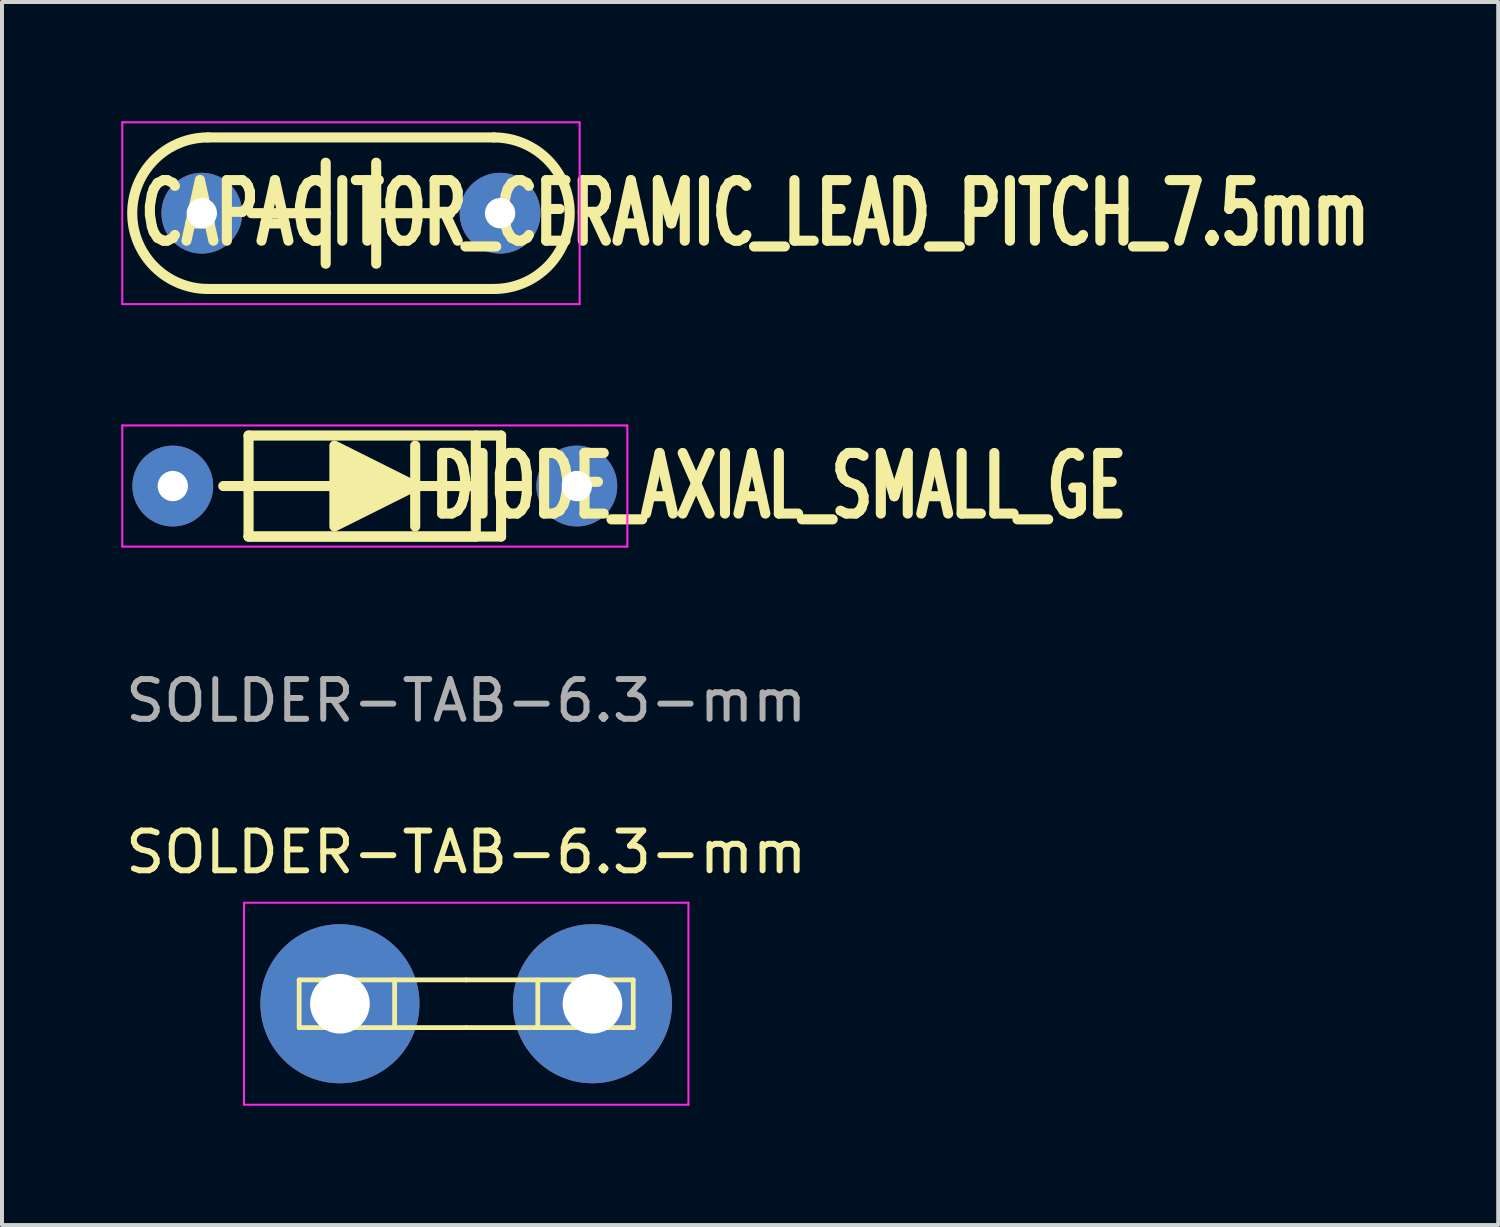
<source format=kicad_pcb>
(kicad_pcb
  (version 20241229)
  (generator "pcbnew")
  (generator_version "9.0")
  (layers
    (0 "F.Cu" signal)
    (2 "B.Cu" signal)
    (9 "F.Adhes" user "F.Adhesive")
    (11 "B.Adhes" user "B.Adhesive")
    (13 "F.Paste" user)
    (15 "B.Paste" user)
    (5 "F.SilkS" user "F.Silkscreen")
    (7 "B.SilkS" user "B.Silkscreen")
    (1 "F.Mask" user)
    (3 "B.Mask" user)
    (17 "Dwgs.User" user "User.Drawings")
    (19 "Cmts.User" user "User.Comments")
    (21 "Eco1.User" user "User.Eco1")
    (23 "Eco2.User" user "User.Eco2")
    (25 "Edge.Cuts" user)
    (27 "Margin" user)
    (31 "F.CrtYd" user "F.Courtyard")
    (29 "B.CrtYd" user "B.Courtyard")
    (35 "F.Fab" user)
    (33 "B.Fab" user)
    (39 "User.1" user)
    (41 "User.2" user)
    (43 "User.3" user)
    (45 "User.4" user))
  (footprint "CAPACITOR_CERAMIC_LEAD_PITCH_7.5mm"
    (layer "F.Cu")
    (at 5.775 2.311)
    (property "Reference" "CAPACITOR_CERAMIC_LEAD_PITCH_7.5mm" (at 10.16 0 0) (layer "F.SilkS") (effects (font (size 1.524 1.016) (thickness 0.254))))
    (attr through_hole)
    (fp_line (start -0.635 -1.27) (end -0.635 1.27) (stroke (width 0.254) (type solid)) (layer "F.SilkS"))
    (fp_line (start -0.635 0) (end -2.5 0) (stroke (width 0.254) (type solid)) (layer "F.SilkS"))
    (fp_line (start 0.635 -1.27) (end 0.635 1.27) (stroke (width 0.254) (type solid)) (layer "F.SilkS"))
    (fp_line (start 0.635 0) (end 2.5 0) (stroke (width 0.254) (type solid)) (layer "F.SilkS"))
    (fp_line (start 3.595 -1.905) (end -3.595 -1.905) (stroke (width 0.254) (type solid)) (layer "F.SilkS"))
    (fp_line (start 3.595 1.905) (end -3.595 1.905) (stroke (width 0.254) (type solid)) (layer "F.SilkS"))
    (fp_arc (start -3.595 1.905) (mid -5.5 0) (end -3.595 -1.905) (stroke (width 0.254) (type solid)) (layer "F.SilkS"))
    (fp_arc (start 3.595 -1.905) (mid 5.5 0) (end 3.595 1.905) (stroke (width 0.254) (type solid)) (layer "F.SilkS"))
    (fp_line (start -5.75 -2.286) (end -5.75 2.286) (stroke (width 0.051) (type solid)) (layer "F.CrtYd"))
    (fp_line (start 5.75 -2.286) (end -5.75 -2.286) (stroke (width 0.051) (type solid)) (layer "F.CrtYd"))
    (fp_line (start 5.75 -2.286) (end 5.75 2.286) (stroke (width 0.051) (type solid)) (layer "F.CrtYd"))
    (fp_line (start 5.75 2.286) (end -5.75 2.286) (stroke (width 0.051) (type solid)) (layer "F.CrtYd"))
    (pad "1" thru_hole circle (at -3.75 0) (size 2.032 2.032) (drill 0.762) (layers "*.Cu" "*.Mask"))
    (pad "2" thru_hole circle (at 3.75 0) (size 2.032 2.032) (drill 0.762) (layers "*.Cu" "*.Mask")))
  (footprint "DIODE_AXIAL_SMALL_GE"
    (layer "F.Cu")
    (at 6.375 9.172)
    (property "Reference" "DIODE_AXIAL_SMALL_GE" (at 10.16 0 0) (layer "F.SilkS") (effects (font (size 1.524 1.016) (thickness 0.254))))
    (attr through_hole)
    (fp_line (start -3.175 -1.27) (end -3.175 1.27) (stroke (width 0.254) (type solid)) (layer "F.SilkS"))
    (fp_line (start -3.175 1.27) (end 3.175 1.27) (stroke (width 0.254) (type solid)) (layer "F.SilkS"))
    (fp_line (start 1.016 1.016) (end 1.016 -1.016) (stroke (width 0.254) (type solid)) (layer "F.SilkS"))
    (fp_line (start 2.54 -1.27) (end 2.54 1.27) (stroke (width 0.254) (type solid)) (layer "F.SilkS"))
    (fp_line (start 2.54 0) (end -3.81 0) (stroke (width 0.254) (type solid)) (layer "F.SilkS"))
    (fp_line (start 2.54 1.27) (end -3.175 1.27) (stroke (width 0.254) (type solid)) (layer "F.SilkS"))
    (fp_line (start 3.175 -1.27) (end -3.175 -1.27) (stroke (width 0.254) (type solid)) (layer "F.SilkS"))
    (fp_line (start 3.175 0) (end 3.81 0) (stroke (width 0.254) (type solid)) (layer "F.SilkS"))
    (fp_line (start 3.175 1.27) (end 3.175 -1.27) (stroke (width 0.254) (type solid)) (layer "F.SilkS"))
    (fp_poly (pts (xy 1.016 0) (xy -1.016 1.016) (xy -1.016 -1.016)) (stroke (width 0.254) (type solid)) (fill yes) (layer "F.SilkS"))
    (fp_line (start -6.35 -1.524) (end 6.35 -1.524) (stroke (width 0.051) (type solid)) (layer "F.CrtYd"))
    (fp_line (start -6.35 1.524) (end -6.35 -1.524) (stroke (width 0.051) (type solid)) (layer "F.CrtYd"))
    (fp_line (start 6.35 -1.524) (end 6.35 1.524) (stroke (width 0.051) (type solid)) (layer "F.CrtYd"))
    (fp_line (start 6.35 1.524) (end -6.35 1.524) (stroke (width 0.051) (type solid)) (layer "F.CrtYd"))
    (pad "1" thru_hole circle (at -5.08 0) (size 2.032 2.032) (drill 0.762) (layers "*.Cu" "*.Mask"))
    (pad "2" thru_hole circle (at 5.08 0) (size 2.032 2.032) (drill 0.762) (layers "*.Cu" "*.Mask")))
  (footprint "SOLDER-TAB-6.3-mm"
    (layer "F.Cu")
    (at 8.673 22.19)
    (property "Reference" "SOLDER-TAB-6.3-mm" (at 0 -3.81 0) (unlocked yes) (layer "F.SilkS") (effects (font (size 1 1) (thickness 0.15))))
    (attr smd)
    (fp_line (start -4.2 -0.6) (end -4.2 0.6) (stroke (width 0.12) (type solid)) (layer "F.SilkS"))
    (fp_line (start -4.2 0.6) (end 0 0.6) (stroke (width 0.12) (type solid)) (layer "F.SilkS"))
    (fp_line (start -1.8 -0.6) (end -1.8 0.6) (stroke (width 0.12) (type solid)) (layer "F.SilkS"))
    (fp_line (start 0 -0.6) (end -4.2 -0.6) (stroke (width 0.12) (type solid)) (layer "F.SilkS"))
    (fp_line (start 0 -0.6) (end 4.2 -0.6) (stroke (width 0.12) (type solid)) (layer "F.SilkS"))
    (fp_line (start 0 0.6) (end 4.2 0.6) (stroke (width 0.12) (type solid)) (layer "F.SilkS"))
    (fp_line (start 1.8 -0.6) (end 1.8 0.6) (stroke (width 0.12) (type solid)) (layer "F.SilkS"))
    (fp_line (start 4.2 0.6) (end 4.2 -0.6) (stroke (width 0.12) (type solid)) (layer "F.SilkS"))
    (fp_line (start -5.588 -2.54) (end -5.588 2.54) (stroke (width 0.051) (type solid)) (layer "F.CrtYd"))
    (fp_line (start -5.588 2.54) (end 5.588 2.54) (stroke (width 0.051) (type solid)) (layer "F.CrtYd"))
    (fp_line (start 5.588 -2.54) (end -5.588 -2.54) (stroke (width 0.051) (type solid)) (layer "F.CrtYd"))
    (fp_line (start 5.588 2.54) (end 5.588 -2.54) (stroke (width 0.051) (type solid)) (layer "F.CrtYd"))
    (fp_text user "${REFERENCE}" (at 0 -7.62 0) (unlocked yes) (layer "F.Fab") (effects (font (size 1 1) (thickness 0.15))))
    (pad "1" thru_hole circle (at -3.175 0) (size 4 4) (drill 1.5) (layers "*.Cu" "*.Mask"))
    (pad "2" thru_hole circle (at 3.175 0) (size 4 4) (drill 1.5) (layers "*.Cu" "*.Mask")))
  (gr_rect
    (start -3 -3)
    (end 34.624 27.755)
    (stroke (width 0.1) (type default))
    (fill no)
    (layer "Edge.Cuts")))
</source>
